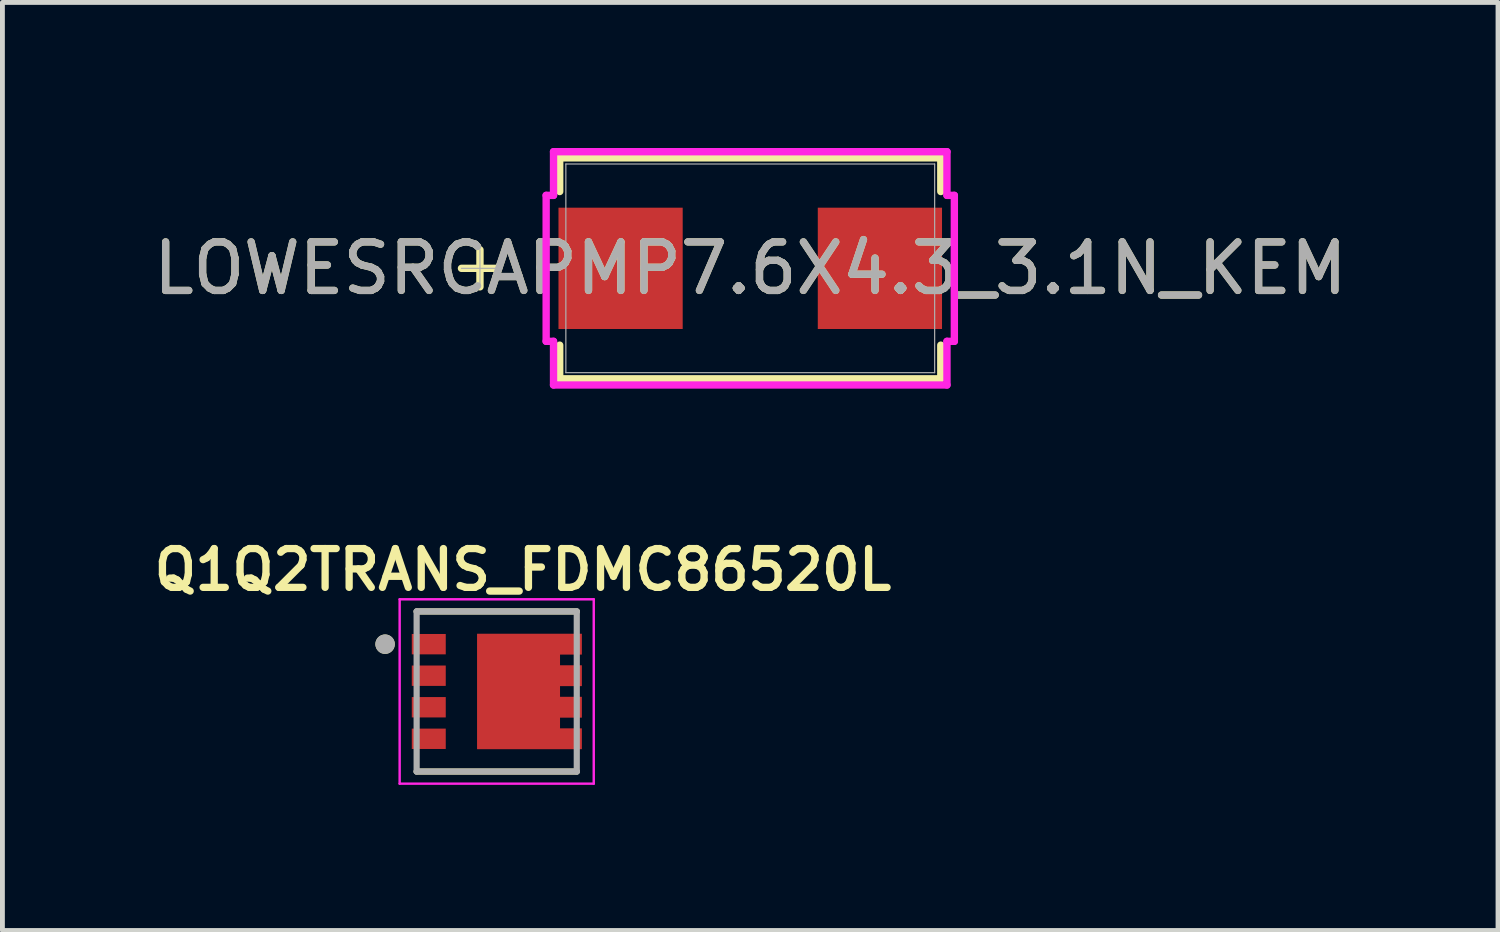
<source format=kicad_pcb>
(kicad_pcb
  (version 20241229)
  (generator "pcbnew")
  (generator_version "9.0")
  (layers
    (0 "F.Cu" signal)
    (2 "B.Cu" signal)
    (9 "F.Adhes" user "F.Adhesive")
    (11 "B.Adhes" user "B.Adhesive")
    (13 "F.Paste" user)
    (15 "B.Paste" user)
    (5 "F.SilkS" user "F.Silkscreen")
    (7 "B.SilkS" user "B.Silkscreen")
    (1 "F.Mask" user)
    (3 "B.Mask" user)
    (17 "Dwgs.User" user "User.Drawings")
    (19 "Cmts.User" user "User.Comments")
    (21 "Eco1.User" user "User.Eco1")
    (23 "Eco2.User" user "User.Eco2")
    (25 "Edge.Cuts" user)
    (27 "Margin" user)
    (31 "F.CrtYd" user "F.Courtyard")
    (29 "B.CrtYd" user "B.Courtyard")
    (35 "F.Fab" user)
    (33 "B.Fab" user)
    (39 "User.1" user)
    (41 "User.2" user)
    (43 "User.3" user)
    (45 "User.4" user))
  (footprint "LOWESRCAPMP7.6X4.3_3.1N_KEM"
    (layer "F.Cu")
    (at 12.411 2.48)
    (property "Reference" "LOWESRCAPMP7.6X4.3_3.1N_KEM" (at 0 0 0) (unlocked yes) (layer "F.SilkS") (effects (font (size 1 1) (thickness 0.15))))
    (attr smd)
    (fp_line (start -5.57 -0.381) (end -5.57 0.381) (stroke (width 0.152) (type solid)) (layer "F.SilkS"))
    (fp_line (start -5.189 0) (end -5.951 0) (stroke (width 0.152) (type solid)) (layer "F.SilkS"))
    (fp_line (start -3.927 -2.277) (end -3.927 -1.583) (stroke (width 0.152) (type solid)) (layer "F.SilkS"))
    (fp_line (start -3.927 1.583) (end -3.927 2.277) (stroke (width 0.152) (type solid)) (layer "F.SilkS"))
    (fp_line (start -3.927 2.277) (end 3.927 2.277) (stroke (width 0.152) (type solid)) (layer "F.SilkS"))
    (fp_line (start 3.927 -2.277) (end -3.927 -2.277) (stroke (width 0.152) (type solid)) (layer "F.SilkS"))
    (fp_line (start 3.927 -1.583) (end 3.927 -2.277) (stroke (width 0.152) (type solid)) (layer "F.SilkS"))
    (fp_line (start 3.927 2.277) (end 3.927 1.583) (stroke (width 0.152) (type solid)) (layer "F.SilkS"))
    (fp_line (start -4.206 -1.504) (end -4.054 -1.504) (stroke (width 0.152) (type solid)) (layer "F.CrtYd"))
    (fp_line (start -4.206 1.504) (end -4.206 -1.504) (stroke (width 0.152) (type solid)) (layer "F.CrtYd"))
    (fp_line (start -4.054 -2.404) (end 4.054 -2.404) (stroke (width 0.152) (type solid)) (layer "F.CrtYd"))
    (fp_line (start -4.054 -1.504) (end -4.054 -2.404) (stroke (width 0.152) (type solid)) (layer "F.CrtYd"))
    (fp_line (start -4.054 1.504) (end -4.206 1.504) (stroke (width 0.152) (type solid)) (layer "F.CrtYd"))
    (fp_line (start -4.054 2.404) (end -4.054 1.504) (stroke (width 0.152) (type solid)) (layer "F.CrtYd"))
    (fp_line (start 4.054 -2.404) (end 4.054 -1.504) (stroke (width 0.152) (type solid)) (layer "F.CrtYd"))
    (fp_line (start 4.054 -1.504) (end 4.206 -1.504) (stroke (width 0.152) (type solid)) (layer "F.CrtYd"))
    (fp_line (start 4.054 1.504) (end 4.054 2.404) (stroke (width 0.152) (type solid)) (layer "F.CrtYd"))
    (fp_line (start 4.054 2.404) (end -4.054 2.404) (stroke (width 0.152) (type solid)) (layer "F.CrtYd"))
    (fp_line (start 4.206 -1.504) (end 4.206 1.504) (stroke (width 0.152) (type solid)) (layer "F.CrtYd"))
    (fp_line (start 4.206 1.504) (end 4.054 1.504) (stroke (width 0.152) (type solid)) (layer "F.CrtYd"))
    (fp_line (start -5.57 -0.381) (end -5.57 0.381) (stroke (width 0.025) (type solid)) (layer "F.Fab"))
    (fp_line (start -5.189 0) (end -5.951 0) (stroke (width 0.025) (type solid)) (layer "F.Fab"))
    (fp_line (start -3.8 -2.15) (end -3.8 2.15) (stroke (width 0.025) (type solid)) (layer "F.Fab"))
    (fp_line (start -3.8 2.15) (end 3.8 2.15) (stroke (width 0.025) (type solid)) (layer "F.Fab"))
    (fp_line (start 3.8 -2.15) (end -3.8 -2.15) (stroke (width 0.025) (type solid)) (layer "F.Fab"))
    (fp_line (start 3.8 2.15) (end 3.8 -2.15) (stroke (width 0.025) (type solid)) (layer "F.Fab"))
    (fp_text user "${REFERENCE}" (at 0 0 0) (unlocked yes) (layer "F.Fab") (effects (font (size 1 1) (thickness 0.15))))
    (pad "1" smd rect (at -2.672 0 90) (size 2.5 2.56) (layers "F.Cu" "F.Mask" "F.Paste"))
    (pad "2" smd rect (at 2.672 0 90) (size 2.5 2.56) (layers "F.Cu" "F.Mask" "F.Paste"))
    (zone (net_name "") (layer "F.Cu") (hatch full 0.508) (connect_pads) (min_thickness 0.254) (filled_areas_thickness no) (keepout (tracks not_allowed) (vias not_allowed) (pads allowed) (copperpour not_allowed) (footprints allowed)) (placement (enabled no)) (fill) (polygon (pts (xy 8.662 0.381) (xy 16.16 0.381) (xy 16.16 1.179) (xy 8.662 1.179))))
    (zone (net_name "") (layer "F.Cu") (hatch full 0.508) (connect_pads) (min_thickness 0.254) (filled_areas_thickness no) (keepout (tracks not_allowed) (vias not_allowed) (pads allowed) (copperpour not_allowed) (footprints allowed)) (placement (enabled no)) (fill) (polygon (pts (xy 8.662 3.781) (xy 16.16 3.781) (xy 16.16 4.579) (xy 8.662 4.579))))
    (zone (net_name "") (layer "F.Cu") (hatch full 0.508) (connect_pads) (min_thickness 0.254) (filled_areas_thickness no) (keepout (tracks not_allowed) (vias not_allowed) (pads allowed) (copperpour not_allowed) (footprints allowed)) (placement (enabled no)) (fill) (polygon (pts (xy 10.77 1.179) (xy 14.052 1.179) (xy 14.052 3.781) (xy 10.77 3.781)))))
  (footprint "Q1Q2TRANS_FDMC86520L"
    (layer "F.Cu")
    (at 7.186 11.2)
    (property "Reference" "Q1Q2TRANS_FDMC86520L" (at 0.54 -2.508 0) (layer "F.SilkS") (effects (font (size 0.8 0.8) (thickness 0.15))))
    (attr smd)
    (fp_poly (pts (xy -0.5 -1.285) (xy 1.85 -1.285) (xy 1.85 -0.665) (xy 1.4 -0.665) (xy 1.4 -0.635) (xy 1.85 -0.635) (xy 1.85 -0.015) (xy 1.4 -0.015) (xy 1.4 0.015) (xy 1.85 0.015) (xy 1.85 0.635) (xy 1.4 0.635) (xy 1.4 0.665) (xy 1.85 0.665) (xy 1.85 1.285) (xy -0.5 1.285)) (stroke (width 0.01) (type solid)) (fill yes) (layer "F.Mask"))
    (fp_line (start -1.65 -1.65) (end 1.65 -1.65) (stroke (width 0.127) (type solid)) (layer "F.SilkS"))
    (fp_line (start 1.65 1.65) (end -1.65 1.65) (stroke (width 0.127) (type solid)) (layer "F.SilkS"))
    (fp_circle (center -2.3 -0.975) (end -2.2 -0.975) (stroke (width 0.2) (type solid)) (fill no) (layer "F.SilkS"))
    (fp_poly (pts (xy -0.085 0.745) (xy -0.085 -0.745) (xy 0.985 -0.745) (xy 0.985 0.745)) (stroke (width 0.01) (type solid)) (fill yes) (layer "F.Paste"))
    (fp_poly (pts (xy 1.75 -1.185) (xy 1.75 -0.765) (xy 1.31 -0.765) (xy 1.31 -1.185)) (stroke (width 0.01) (type solid)) (fill yes) (layer "F.Paste"))
    (fp_poly (pts (xy 1.75 -0.535) (xy 1.75 -0.115) (xy 1.31 -0.115) (xy 1.31 -0.535)) (stroke (width 0.01) (type solid)) (fill yes) (layer "F.Paste"))
    (fp_poly (pts (xy 1.75 0.115) (xy 1.75 0.535) (xy 1.31 0.535) (xy 1.31 0.115)) (stroke (width 0.01) (type solid)) (fill yes) (layer "F.Paste"))
    (fp_poly (pts (xy 1.75 0.765) (xy 1.75 1.185) (xy 1.31 1.185) (xy 1.31 0.765)) (stroke (width 0.01) (type solid)) (fill yes) (layer "F.Paste"))
    (fp_line (start -2 -1.9) (end 2 -1.9) (stroke (width 0.05) (type solid)) (layer "F.CrtYd"))
    (fp_line (start -2 1.9) (end -2 -1.9) (stroke (width 0.05) (type solid)) (layer "F.CrtYd"))
    (fp_line (start 2 -1.9) (end 2 1.9) (stroke (width 0.05) (type solid)) (layer "F.CrtYd"))
    (fp_line (start 2 1.9) (end -2 1.9) (stroke (width 0.05) (type solid)) (layer "F.CrtYd"))
    (fp_line (start -1.65 -1.65) (end 1.65 -1.65) (stroke (width 0.127) (type solid)) (layer "F.Fab"))
    (fp_line (start -1.65 1.65) (end -1.65 -1.65) (stroke (width 0.127) (type solid)) (layer "F.Fab"))
    (fp_line (start 1.65 -1.65) (end 1.65 1.65) (stroke (width 0.127) (type solid)) (layer "F.Fab"))
    (fp_line (start 1.65 1.65) (end -1.65 1.65) (stroke (width 0.127) (type solid)) (layer "F.Fab"))
    (fp_circle (center -2.3 -0.975) (end -2.2 -0.975) (stroke (width 0.2) (type solid)) (fill no) (layer "F.Fab"))
    (pad "1" smd rect (at -1.4 -0.975) (size 0.7 0.42) (layers "F.Cu" "F.Mask" "F.Paste"))
    (pad "2" smd rect (at -1.4 -0.325) (size 0.7 0.42) (layers "F.Cu" "F.Mask" "F.Paste"))
    (pad "3" smd rect (at -1.4 0.325) (size 0.7 0.42) (layers "F.Cu" "F.Mask" "F.Paste"))
    (pad "4" smd rect (at -1.4 0.975) (size 0.7 0.42) (layers "F.Cu" "F.Mask" "F.Paste"))
    (pad "5" smd custom (at 0.45 0) (size 1.7 2.37) (layers "F.Cu") (options (anchor rect)) (primitives (gr_poly (pts (xy -0.85 -1.185) (xy 1.3 -1.185) (xy 1.3 -0.765) (xy 0.85 -0.765) (xy 0.85 -0.535) (xy 1.3 -0.535) (xy 1.3 -0.115) (xy 0.85 -0.115) (xy 0.85 0.115) (xy 1.3 0.115) (xy 1.3 0.535) (xy 0.85 0.535) (xy 0.85 0.765) (xy 1.3 0.765) (xy 1.3 1.185) (xy -0.85 1.185)) (width 0.01) (fill yes)))))
  (gr_rect
    (start -3 -3)
    (end 27.821 16.125)
    (stroke (width 0.1) (type default))
    (fill no)
    (layer "Edge.Cuts")))
</source>
